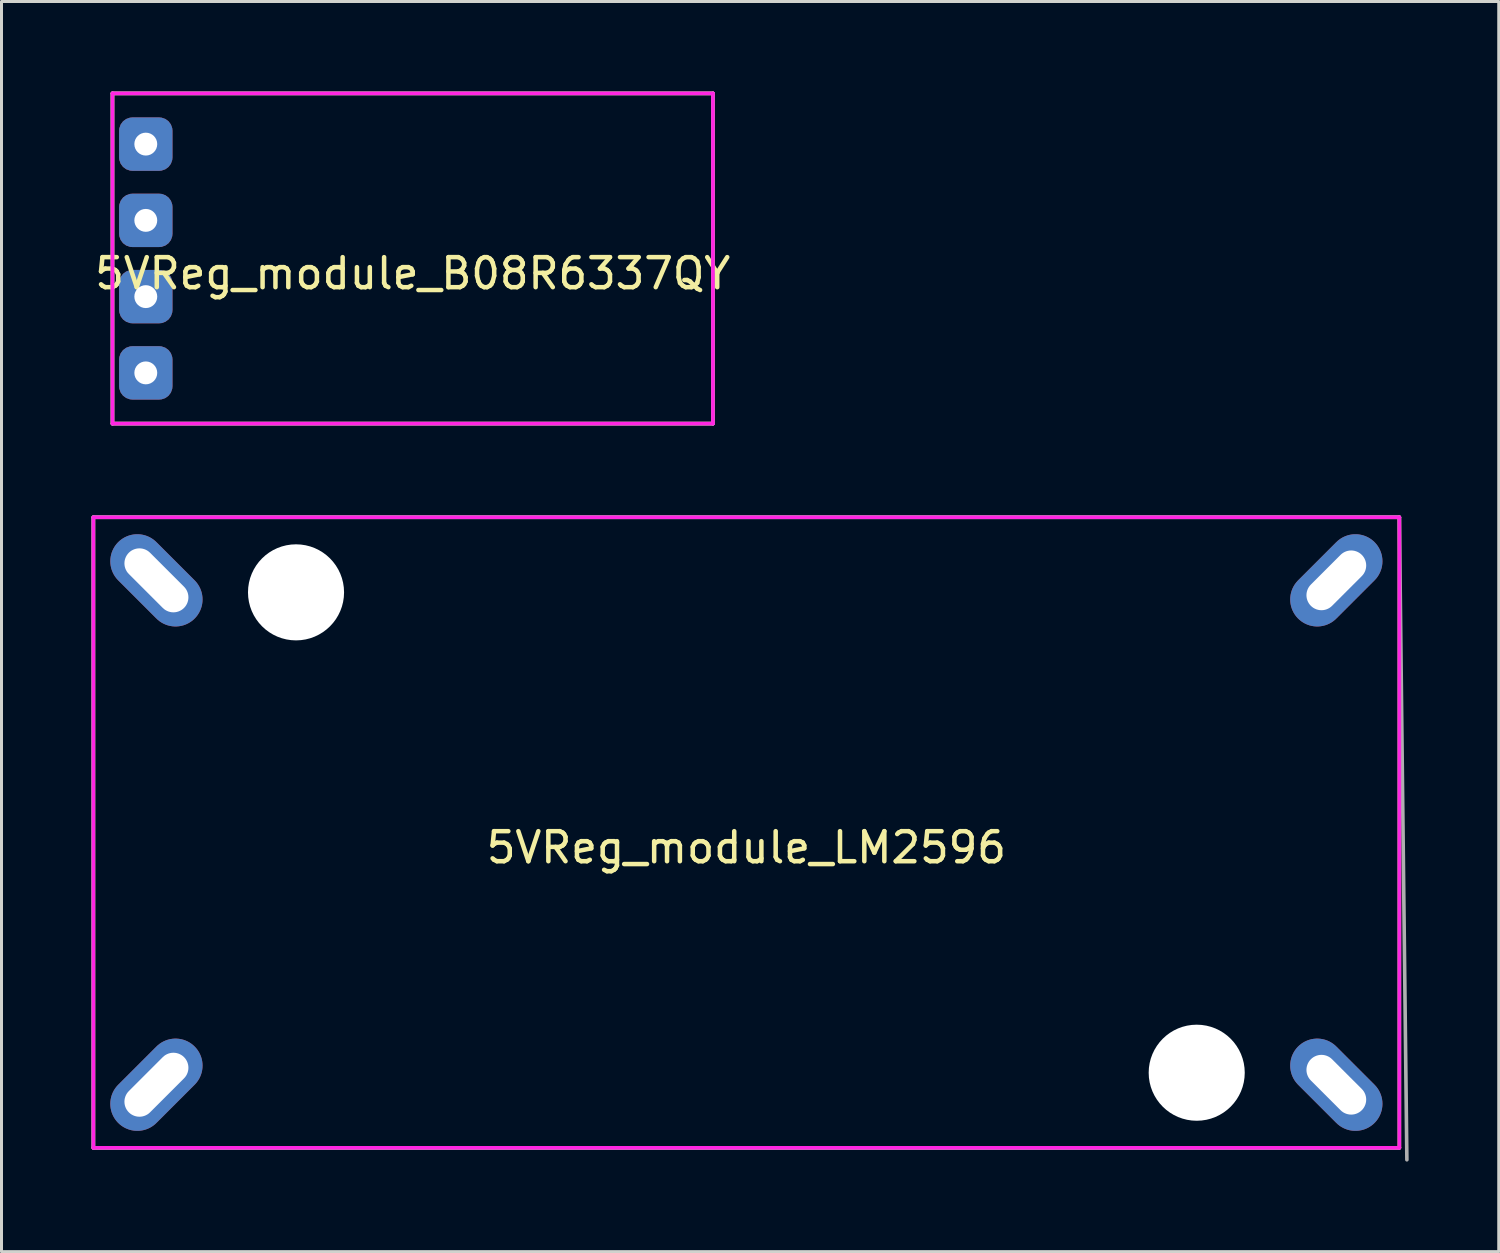
<source format=kicad_pcb>
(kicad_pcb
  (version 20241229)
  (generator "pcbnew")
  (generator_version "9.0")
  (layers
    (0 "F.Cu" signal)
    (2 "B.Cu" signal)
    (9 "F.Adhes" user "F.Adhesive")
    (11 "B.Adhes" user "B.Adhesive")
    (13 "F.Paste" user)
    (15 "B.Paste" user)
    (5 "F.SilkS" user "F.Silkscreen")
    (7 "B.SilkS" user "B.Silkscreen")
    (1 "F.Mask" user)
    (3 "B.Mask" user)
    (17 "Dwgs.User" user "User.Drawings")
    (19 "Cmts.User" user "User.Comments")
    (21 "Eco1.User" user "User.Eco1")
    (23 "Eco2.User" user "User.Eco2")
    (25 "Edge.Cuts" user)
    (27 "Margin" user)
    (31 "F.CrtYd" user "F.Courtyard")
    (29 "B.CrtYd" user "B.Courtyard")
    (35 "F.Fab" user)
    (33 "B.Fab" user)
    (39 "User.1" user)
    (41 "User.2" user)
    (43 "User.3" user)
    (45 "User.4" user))
  (footprint "5VReg_module_B08R6337QY"
    (layer "F.Cu")
    (at 10.696 5.56)
    (property "Reference" "5VReg_module_B08R6337QY" (at 0 0.5 0) (layer "F.SilkS") (effects (font (size 1 1) (thickness 0.15))))
    (attr through_hole)
    (fp_line (start -10 -5.5) (end 10 -5.5) (stroke (width 0.12) (type solid)) (layer "F.SilkS"))
    (fp_line (start -10 5.5) (end -10 -5.5) (stroke (width 0.12) (type solid)) (layer "F.SilkS"))
    (fp_line (start 10 -5.5) (end 10 5.5) (stroke (width 0.12) (type solid)) (layer "F.SilkS"))
    (fp_line (start 10 5.5) (end -10 5.5) (stroke (width 0.12) (type solid)) (layer "F.SilkS"))
    (fp_line (start -10 -5.5) (end 10 -5.5) (stroke (width 0.12) (type solid)) (layer "F.CrtYd"))
    (fp_line (start -10 5.5) (end -10 -5.5) (stroke (width 0.12) (type solid)) (layer "F.CrtYd"))
    (fp_line (start 10 -5.5) (end 10 5.5) (stroke (width 0.12) (type solid)) (layer "F.CrtYd"))
    (fp_line (start 10 5.5) (end -10 5.5) (stroke (width 0.12) (type solid)) (layer "F.CrtYd"))
    (fp_line (start -10 -5.5) (end 10 -5.5) (stroke (width 0.12) (type solid)) (layer "F.Fab"))
    (fp_line (start -10 5.5) (end -10 -5.5) (stroke (width 0.12) (type solid)) (layer "F.Fab"))
    (fp_line (start 10 -5.5) (end 10 5.5) (stroke (width 0.12) (type solid)) (layer "F.Fab"))
    (fp_line (start 10 5.5) (end -10 5.5) (stroke (width 0.12) (type solid)) (layer "F.Fab"))
    (pad "EN" thru_hole roundrect (at -8.89 3.81) (size 1.778 1.778) (drill 0.762) (layers "*.Cu" "*.Mask") (roundrect_rratio 0.25))
    (pad "GND" thru_hole roundrect (at -8.89 -1.27) (size 1.778 1.778) (drill 0.762) (layers "*.Cu" "*.Mask") (roundrect_rratio 0.25))
    (pad "VIN" thru_hole roundrect (at -8.89 1.27) (size 1.778 1.778) (drill 0.762) (layers "*.Cu" "*.Mask") (roundrect_rratio 0.25))
    (pad "VO" thru_hole roundrect (at -8.89 -3.81) (size 1.778 1.778) (drill 0.762) (layers "*.Cu" "*.Mask") (roundrect_rratio 0.25)))
  (footprint "5VReg_module_LM2596"
    (layer "F.Cu")
    (at 21.81 24.68)
    (property "Reference" "5VReg_module_LM2596" (at 0 0.5 0) (layer "F.SilkS") (effects (font (size 1 1) (thickness 0.15))))
    (attr through_hole)
    (fp_line (start -21.75 -10.5) (end 21.75 -10.5) (stroke (width 0.12) (type solid)) (layer "F.SilkS"))
    (fp_line (start -21.75 10.5) (end -21.75 -10.5) (stroke (width 0.12) (type solid)) (layer "F.SilkS"))
    (fp_line (start 21.75 -10.5) (end 21.75 10.5) (stroke (width 0.12) (type solid)) (layer "F.SilkS"))
    (fp_line (start 21.75 10.5) (end -21.75 10.5) (stroke (width 0.12) (type solid)) (layer "F.SilkS"))
    (fp_line (start -21.75 -10.5) (end 21.75 -10.5) (stroke (width 0.12) (type solid)) (layer "F.CrtYd"))
    (fp_line (start -21.75 10.5) (end -21.75 -10.5) (stroke (width 0.12) (type solid)) (layer "F.CrtYd"))
    (fp_line (start 21.75 -10.5) (end 21.75 10.5) (stroke (width 0.12) (type solid)) (layer "F.CrtYd"))
    (fp_line (start 21.75 10.5) (end -21.75 10.5) (stroke (width 0.12) (type solid)) (layer "F.CrtYd"))
    (fp_line (start -21.75 -10.5) (end 21.75 -10.5) (stroke (width 0.12) (type solid)) (layer "F.Fab"))
    (fp_line (start -21.75 10.5) (end -21.75 -10.5) (stroke (width 0.12) (type solid)) (layer "F.Fab"))
    (fp_line (start 21.75 -10.5) (end 22 10.9) (stroke (width 0.12) (type solid)) (layer "F.Fab"))
    (fp_line (start 21.75 10.5) (end -21.75 10.5) (stroke (width 0.12) (type solid)) (layer "F.Fab"))
    (pad "" np_thru_hole circle (at -15 -8 45) (size 3.2 3.2) (drill 3.2) (layers "*.Cu" "*.Mask"))
    (pad "" np_thru_hole circle (at 15 8 45) (size 3.2 3.2) (drill 3.2) (layers "*.Cu" "*.Mask"))
    (pad "GND" thru_hole oval (at -19.65 8.4 45) (size 3.6 1.8) (drill oval 2.6 1) (layers "*.Cu" "*.Mask"))
    (pad "GND" thru_hole oval (at 19.65 8.4 135) (size 3.6 1.8) (drill oval 2.4 1) (layers "*.Cu" "*.Mask"))
    (pad "VIN" thru_hole oval (at -19.65 -8.4 315) (size 3.6 1.8) (drill oval 2.6 1) (layers "*.Cu" "*.Mask"))
    (pad "VO" thru_hole oval (at 19.65 -8.4 45) (size 3.6 1.8) (drill oval 2.4 1) (layers "*.Cu" "*.Mask")))
  (gr_rect
    (start -3 -3)
    (end 46.87 38.64)
    (stroke (width 0.1) (type default))
    (fill no)
    (layer "Edge.Cuts")))
</source>
